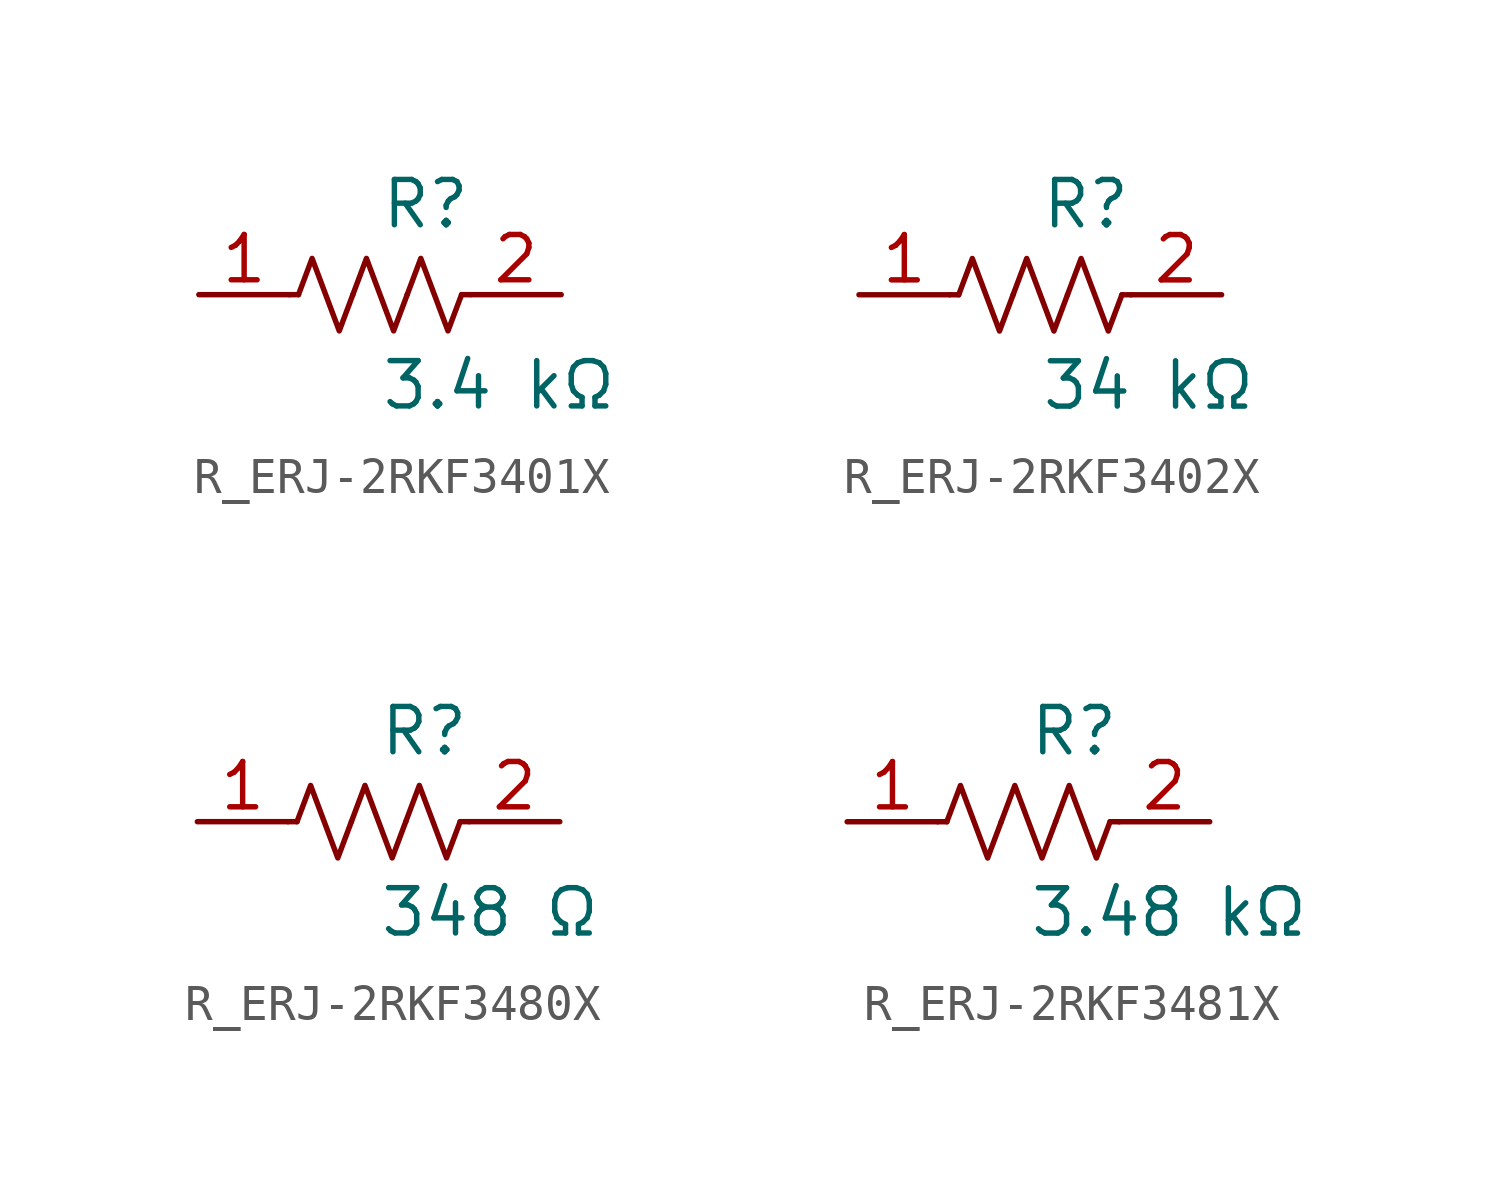
<source format=kicad_sym>
(kicad_symbol_lib
  (version 20231120)
  (generator kicad_symbol_editor)
  (generator_version 8.0)
  (symbol "R_ERJ-2RKF3401X"
    (pin_names
      (offset 0.254))
    (property "Reference" "R"
      (at 0.0 2.54 0)
      (effects (font (size 1.27 1.27)) (justify left)))
    (property "Value" "3.4 kΩ"
      (at 0.0 -2.54 0)
      (effects (font (size 1.27 1.27)) (justify left)))
    (symbol "R_ERJ-2RKF3401X_0_1"
      (polyline (pts (xy 2.286 0) (xy 2.54 0)) (stroke (width 0) (type default)) (fill (type none)))
      (polyline (pts (xy -2.286 0) (xy -2.54 0)) (stroke (width 0) (type default)) (fill (type none)))
      (polyline (pts (xy 0.762 0) (xy 1.143 1.016) (xy 1.524 0) (xy 1.905 -1.016) (xy 2.286 0)) (stroke (width 0) (type default)) (fill (type none)))
      (polyline (pts (xy -0.762 0) (xy -0.381 1.016) (xy 0 0) (xy 0.381 -1.016) (xy 0.762 0)) (stroke (width 0) (type default)) (fill (type none)))
      (polyline (pts (xy -2.286 0) (xy -1.905 1.016) (xy -1.524 0) (xy -1.143 -1.016) (xy -0.762 0)) (stroke (width 0) (type default)) (fill (type none))))
    (pin unspecified line
      (at -5.08 0 0)
      (length 2.54)
      (name "" (effects (font (size 1.27 1.27))))
      (number "1" (effects (font (size 1.27 1.27)))))
    (pin unspecified line
      (at 5.08 0 180)
      (length 2.54)
      (name "" (effects (font (size 1.27 1.27))))
      (number "2" (effects (font (size 1.27 1.27))))))
  (symbol "R_ERJ-2RKF3402X"
    (pin_names
      (offset 0.254))
    (property "Reference" "R"
      (at 0.0 2.54 0)
      (effects (font (size 1.27 1.27)) (justify left)))
    (property "Value" "34 kΩ"
      (at 0.0 -2.54 0)
      (effects (font (size 1.27 1.27)) (justify left)))
    (symbol "R_ERJ-2RKF3402X_0_1"
      (polyline (pts (xy 2.286 0) (xy 2.54 0)) (stroke (width 0) (type default)) (fill (type none)))
      (polyline (pts (xy -2.286 0) (xy -2.54 0)) (stroke (width 0) (type default)) (fill (type none)))
      (polyline (pts (xy 0.762 0) (xy 1.143 1.016) (xy 1.524 0) (xy 1.905 -1.016) (xy 2.286 0)) (stroke (width 0) (type default)) (fill (type none)))
      (polyline (pts (xy -0.762 0) (xy -0.381 1.016) (xy 0 0) (xy 0.381 -1.016) (xy 0.762 0)) (stroke (width 0) (type default)) (fill (type none)))
      (polyline (pts (xy -2.286 0) (xy -1.905 1.016) (xy -1.524 0) (xy -1.143 -1.016) (xy -0.762 0)) (stroke (width 0) (type default)) (fill (type none))))
    (pin unspecified line
      (at -5.08 0 0)
      (length 2.54)
      (name "" (effects (font (size 1.27 1.27))))
      (number "1" (effects (font (size 1.27 1.27)))))
    (pin unspecified line
      (at 5.08 0 180)
      (length 2.54)
      (name "" (effects (font (size 1.27 1.27))))
      (number "2" (effects (font (size 1.27 1.27))))))
  (symbol "R_ERJ-2RKF3480X"
    (pin_names
      (offset 0.254))
    (property "Reference" "R"
      (at 0.0 2.54 0)
      (effects (font (size 1.27 1.27)) (justify left)))
    (property "Value" "348 Ω"
      (at 0.0 -2.54 0)
      (effects (font (size 1.27 1.27)) (justify left)))
    (symbol "R_ERJ-2RKF3480X_0_1"
      (polyline (pts (xy 2.286 0) (xy 2.54 0)) (stroke (width 0) (type default)) (fill (type none)))
      (polyline (pts (xy -2.286 0) (xy -2.54 0)) (stroke (width 0) (type default)) (fill (type none)))
      (polyline (pts (xy 0.762 0) (xy 1.143 1.016) (xy 1.524 0) (xy 1.905 -1.016) (xy 2.286 0)) (stroke (width 0) (type default)) (fill (type none)))
      (polyline (pts (xy -0.762 0) (xy -0.381 1.016) (xy 0 0) (xy 0.381 -1.016) (xy 0.762 0)) (stroke (width 0) (type default)) (fill (type none)))
      (polyline (pts (xy -2.286 0) (xy -1.905 1.016) (xy -1.524 0) (xy -1.143 -1.016) (xy -0.762 0)) (stroke (width 0) (type default)) (fill (type none))))
    (pin unspecified line
      (at -5.08 0 0)
      (length 2.54)
      (name "" (effects (font (size 1.27 1.27))))
      (number "1" (effects (font (size 1.27 1.27)))))
    (pin unspecified line
      (at 5.08 0 180)
      (length 2.54)
      (name "" (effects (font (size 1.27 1.27))))
      (number "2" (effects (font (size 1.27 1.27))))))
  (symbol "R_ERJ-2RKF3481X"
    (pin_names
      (offset 0.254))
    (property "Reference" "R"
      (at 0.0 2.54 0)
      (effects (font (size 1.27 1.27)) (justify left)))
    (property "Value" "3.48 kΩ"
      (at 0.0 -2.54 0)
      (effects (font (size 1.27 1.27)) (justify left)))
    (symbol "R_ERJ-2RKF3481X_0_1"
      (polyline (pts (xy 2.286 0) (xy 2.54 0)) (stroke (width 0) (type default)) (fill (type none)))
      (polyline (pts (xy -2.286 0) (xy -2.54 0)) (stroke (width 0) (type default)) (fill (type none)))
      (polyline (pts (xy 0.762 0) (xy 1.143 1.016) (xy 1.524 0) (xy 1.905 -1.016) (xy 2.286 0)) (stroke (width 0) (type default)) (fill (type none)))
      (polyline (pts (xy -0.762 0) (xy -0.381 1.016) (xy 0 0) (xy 0.381 -1.016) (xy 0.762 0)) (stroke (width 0) (type default)) (fill (type none)))
      (polyline (pts (xy -2.286 0) (xy -1.905 1.016) (xy -1.524 0) (xy -1.143 -1.016) (xy -0.762 0)) (stroke (width 0) (type default)) (fill (type none))))
    (pin unspecified line
      (at -5.08 0 0)
      (length 2.54)
      (name "" (effects (font (size 1.27 1.27))))
      (number "1" (effects (font (size 1.27 1.27)))))
    (pin unspecified line
      (at 5.08 0 180)
      (length 2.54)
      (name "" (effects (font (size 1.27 1.27))))
      (number "2" (effects (font (size 1.27 1.27)))))))
</source>
